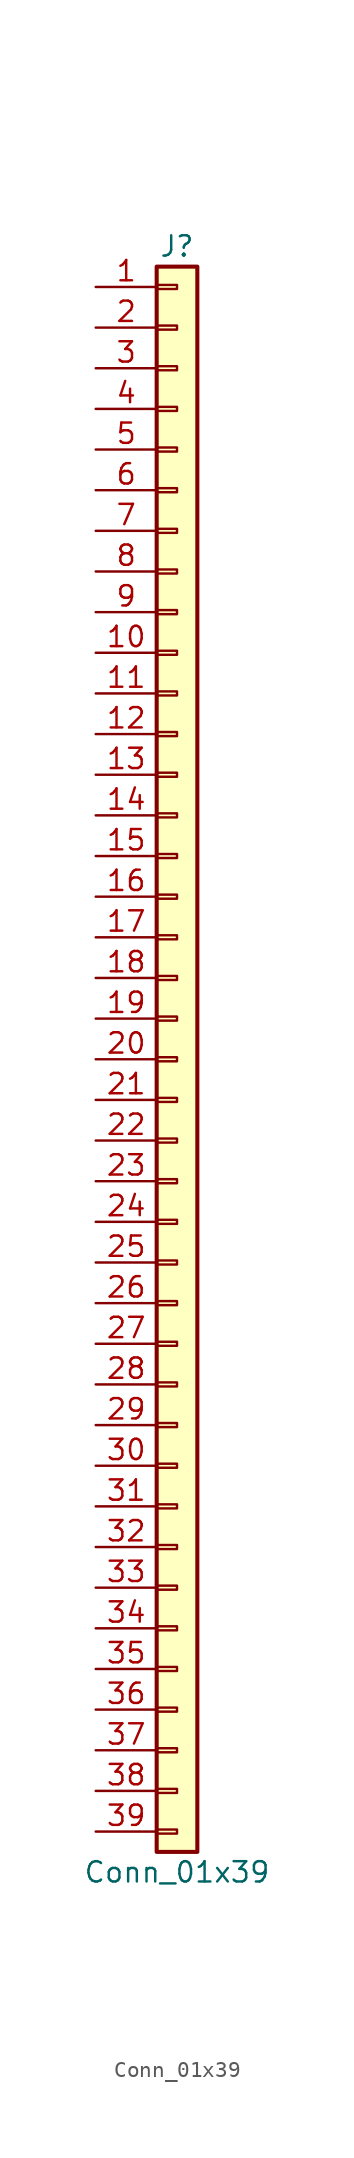
<source format=kicad_sym>
(kicad_symbol_lib
  (version 20211014)
  (generator kicad_symbol_editor)
  (symbol "Conn_01x39"
    (pin_names
      (offset 1.016) hide)
    (property "Reference" "J"
      (at 0 50.8 0)
      (effects (font (size 1.27 1.27))))
    (property "Value" "Conn_01x39"
      (at 0 -50.8 0)
      (effects (font (size 1.27 1.27))))
    (symbol "Conn_01x39_1_1"
      (rectangle (start -1.27 -48.133) (end 0 -48.387) (stroke (width 0.152) (type default) (color 0 0 0 0)) (fill (type none)))
      (rectangle (start -1.27 -45.593) (end 0 -45.847) (stroke (width 0.152) (type default) (color 0 0 0 0)) (fill (type none)))
      (rectangle (start -1.27 -43.053) (end 0 -43.307) (stroke (width 0.152) (type default) (color 0 0 0 0)) (fill (type none)))
      (rectangle (start -1.27 -40.513) (end 0 -40.767) (stroke (width 0.152) (type default) (color 0 0 0 0)) (fill (type none)))
      (rectangle (start -1.27 -37.973) (end 0 -38.227) (stroke (width 0.152) (type default) (color 0 0 0 0)) (fill (type none)))
      (rectangle (start -1.27 -35.433) (end 0 -35.687) (stroke (width 0.152) (type default) (color 0 0 0 0)) (fill (type none)))
      (rectangle (start -1.27 -32.893) (end 0 -33.147) (stroke (width 0.152) (type default) (color 0 0 0 0)) (fill (type none)))
      (rectangle (start -1.27 -30.353) (end 0 -30.607) (stroke (width 0.152) (type default) (color 0 0 0 0)) (fill (type none)))
      (rectangle (start -1.27 -27.813) (end 0 -28.067) (stroke (width 0.152) (type default) (color 0 0 0 0)) (fill (type none)))
      (rectangle (start -1.27 -25.273) (end 0 -25.527) (stroke (width 0.152) (type default) (color 0 0 0 0)) (fill (type none)))
      (rectangle (start -1.27 -22.733) (end 0 -22.987) (stroke (width 0.152) (type default) (color 0 0 0 0)) (fill (type none)))
      (rectangle (start -1.27 -20.193) (end 0 -20.447) (stroke (width 0.152) (type default) (color 0 0 0 0)) (fill (type none)))
      (rectangle (start -1.27 -17.653) (end 0 -17.907) (stroke (width 0.152) (type default) (color 0 0 0 0)) (fill (type none)))
      (rectangle (start -1.27 -15.113) (end 0 -15.367) (stroke (width 0.152) (type default) (color 0 0 0 0)) (fill (type none)))
      (rectangle (start -1.27 -12.573) (end 0 -12.827) (stroke (width 0.152) (type default) (color 0 0 0 0)) (fill (type none)))
      (rectangle (start -1.27 -10.033) (end 0 -10.287) (stroke (width 0.152) (type default) (color 0 0 0 0)) (fill (type none)))
      (rectangle (start -1.27 -7.493) (end 0 -7.747) (stroke (width 0.152) (type default) (color 0 0 0 0)) (fill (type none)))
      (rectangle (start -1.27 -4.953) (end 0 -5.207) (stroke (width 0.152) (type default) (color 0 0 0 0)) (fill (type none)))
      (rectangle (start -1.27 -2.413) (end 0 -2.667) (stroke (width 0.152) (type default) (color 0 0 0 0)) (fill (type none)))
      (rectangle (start -1.27 0.127) (end 0 -0.127) (stroke (width 0.152) (type default) (color 0 0 0 0)) (fill (type none)))
      (rectangle (start -1.27 2.667) (end 0 2.413) (stroke (width 0.152) (type default) (color 0 0 0 0)) (fill (type none)))
      (rectangle (start -1.27 5.207) (end 0 4.953) (stroke (width 0.152) (type default) (color 0 0 0 0)) (fill (type none)))
      (rectangle (start -1.27 7.747) (end 0 7.493) (stroke (width 0.152) (type default) (color 0 0 0 0)) (fill (type none)))
      (rectangle (start -1.27 10.287) (end 0 10.033) (stroke (width 0.152) (type default) (color 0 0 0 0)) (fill (type none)))
      (rectangle (start -1.27 12.827) (end 0 12.573) (stroke (width 0.152) (type default) (color 0 0 0 0)) (fill (type none)))
      (rectangle (start -1.27 15.367) (end 0 15.113) (stroke (width 0.152) (type default) (color 0 0 0 0)) (fill (type none)))
      (rectangle (start -1.27 17.907) (end 0 17.653) (stroke (width 0.152) (type default) (color 0 0 0 0)) (fill (type none)))
      (rectangle (start -1.27 20.447) (end 0 20.193) (stroke (width 0.152) (type default) (color 0 0 0 0)) (fill (type none)))
      (rectangle (start -1.27 22.987) (end 0 22.733) (stroke (width 0.152) (type default) (color 0 0 0 0)) (fill (type none)))
      (rectangle (start -1.27 25.527) (end 0 25.273) (stroke (width 0.152) (type default) (color 0 0 0 0)) (fill (type none)))
      (rectangle (start -1.27 28.067) (end 0 27.813) (stroke (width 0.152) (type default) (color 0 0 0 0)) (fill (type none)))
      (rectangle (start -1.27 30.607) (end 0 30.353) (stroke (width 0.152) (type default) (color 0 0 0 0)) (fill (type none)))
      (rectangle (start -1.27 33.147) (end 0 32.893) (stroke (width 0.152) (type default) (color 0 0 0 0)) (fill (type none)))
      (rectangle (start -1.27 35.687) (end 0 35.433) (stroke (width 0.152) (type default) (color 0 0 0 0)) (fill (type none)))
      (rectangle (start -1.27 38.227) (end 0 37.973) (stroke (width 0.152) (type default) (color 0 0 0 0)) (fill (type none)))
      (rectangle (start -1.27 40.767) (end 0 40.513) (stroke (width 0.152) (type default) (color 0 0 0 0)) (fill (type none)))
      (rectangle (start -1.27 43.307) (end 0 43.053) (stroke (width 0.152) (type default) (color 0 0 0 0)) (fill (type none)))
      (rectangle (start -1.27 45.847) (end 0 45.593) (stroke (width 0.152) (type default) (color 0 0 0 0)) (fill (type none)))
      (rectangle (start -1.27 48.387) (end 0 48.133) (stroke (width 0.152) (type default) (color 0 0 0 0)) (fill (type none)))
      (rectangle (start -1.27 49.53) (end 1.27 -49.53) (stroke (width 0.254) (type default) (color 0 0 0 0)) (fill (type background)))
      (pin passive line (at -5.08 48.26 0) (length 3.81) (name "Pin_1" (effects (font (size 1.27 1.27)))) (number "1" (effects (font (size 1.27 1.27)))))
      (pin passive line (at -5.08 25.4 0) (length 3.81) (name "Pin_10" (effects (font (size 1.27 1.27)))) (number "10" (effects (font (size 1.27 1.27)))))
      (pin passive line (at -5.08 22.86 0) (length 3.81) (name "Pin_11" (effects (font (size 1.27 1.27)))) (number "11" (effects (font (size 1.27 1.27)))))
      (pin passive line (at -5.08 20.32 0) (length 3.81) (name "Pin_12" (effects (font (size 1.27 1.27)))) (number "12" (effects (font (size 1.27 1.27)))))
      (pin passive line (at -5.08 17.78 0) (length 3.81) (name "Pin_13" (effects (font (size 1.27 1.27)))) (number "13" (effects (font (size 1.27 1.27)))))
      (pin passive line (at -5.08 15.24 0) (length 3.81) (name "Pin_14" (effects (font (size 1.27 1.27)))) (number "14" (effects (font (size 1.27 1.27)))))
      (pin passive line (at -5.08 12.7 0) (length 3.81) (name "Pin_15" (effects (font (size 1.27 1.27)))) (number "15" (effects (font (size 1.27 1.27)))))
      (pin passive line (at -5.08 10.16 0) (length 3.81) (name "Pin_16" (effects (font (size 1.27 1.27)))) (number "16" (effects (font (size 1.27 1.27)))))
      (pin passive line (at -5.08 7.62 0) (length 3.81) (name "Pin_17" (effects (font (size 1.27 1.27)))) (number "17" (effects (font (size 1.27 1.27)))))
      (pin passive line (at -5.08 5.08 0) (length 3.81) (name "Pin_18" (effects (font (size 1.27 1.27)))) (number "18" (effects (font (size 1.27 1.27)))))
      (pin passive line (at -5.08 2.54 0) (length 3.81) (name "Pin_19" (effects (font (size 1.27 1.27)))) (number "19" (effects (font (size 1.27 1.27)))))
      (pin passive line (at -5.08 45.72 0) (length 3.81) (name "Pin_2" (effects (font (size 1.27 1.27)))) (number "2" (effects (font (size 1.27 1.27)))))
      (pin passive line (at -5.08 0 0) (length 3.81) (name "Pin_20" (effects (font (size 1.27 1.27)))) (number "20" (effects (font (size 1.27 1.27)))))
      (pin passive line (at -5.08 -2.54 0) (length 3.81) (name "Pin_21" (effects (font (size 1.27 1.27)))) (number "21" (effects (font (size 1.27 1.27)))))
      (pin passive line (at -5.08 -5.08 0) (length 3.81) (name "Pin_22" (effects (font (size 1.27 1.27)))) (number "22" (effects (font (size 1.27 1.27)))))
      (pin passive line (at -5.08 -7.62 0) (length 3.81) (name "Pin_23" (effects (font (size 1.27 1.27)))) (number "23" (effects (font (size 1.27 1.27)))))
      (pin passive line (at -5.08 -10.16 0) (length 3.81) (name "Pin_24" (effects (font (size 1.27 1.27)))) (number "24" (effects (font (size 1.27 1.27)))))
      (pin passive line (at -5.08 -12.7 0) (length 3.81) (name "Pin_25" (effects (font (size 1.27 1.27)))) (number "25" (effects (font (size 1.27 1.27)))))
      (pin passive line (at -5.08 -15.24 0) (length 3.81) (name "Pin_26" (effects (font (size 1.27 1.27)))) (number "26" (effects (font (size 1.27 1.27)))))
      (pin passive line (at -5.08 -17.78 0) (length 3.81) (name "Pin_27" (effects (font (size 1.27 1.27)))) (number "27" (effects (font (size 1.27 1.27)))))
      (pin passive line (at -5.08 -20.32 0) (length 3.81) (name "Pin_28" (effects (font (size 1.27 1.27)))) (number "28" (effects (font (size 1.27 1.27)))))
      (pin passive line (at -5.08 -22.86 0) (length 3.81) (name "Pin_29" (effects (font (size 1.27 1.27)))) (number "29" (effects (font (size 1.27 1.27)))))
      (pin passive line (at -5.08 43.18 0) (length 3.81) (name "Pin_3" (effects (font (size 1.27 1.27)))) (number "3" (effects (font (size 1.27 1.27)))))
      (pin passive line (at -5.08 -25.4 0) (length 3.81) (name "Pin_30" (effects (font (size 1.27 1.27)))) (number "30" (effects (font (size 1.27 1.27)))))
      (pin passive line (at -5.08 -27.94 0) (length 3.81) (name "Pin_31" (effects (font (size 1.27 1.27)))) (number "31" (effects (font (size 1.27 1.27)))))
      (pin passive line (at -5.08 -30.48 0) (length 3.81) (name "Pin_32" (effects (font (size 1.27 1.27)))) (number "32" (effects (font (size 1.27 1.27)))))
      (pin passive line (at -5.08 -33.02 0) (length 3.81) (name "Pin_33" (effects (font (size 1.27 1.27)))) (number "33" (effects (font (size 1.27 1.27)))))
      (pin passive line (at -5.08 -35.56 0) (length 3.81) (name "Pin_34" (effects (font (size 1.27 1.27)))) (number "34" (effects (font (size 1.27 1.27)))))
      (pin passive line (at -5.08 -38.1 0) (length 3.81) (name "Pin_35" (effects (font (size 1.27 1.27)))) (number "35" (effects (font (size 1.27 1.27)))))
      (pin passive line (at -5.08 -40.64 0) (length 3.81) (name "Pin_36" (effects (font (size 1.27 1.27)))) (number "36" (effects (font (size 1.27 1.27)))))
      (pin passive line (at -5.08 -43.18 0) (length 3.81) (name "Pin_37" (effects (font (size 1.27 1.27)))) (number "37" (effects (font (size 1.27 1.27)))))
      (pin passive line (at -5.08 -45.72 0) (length 3.81) (name "Pin_38" (effects (font (size 1.27 1.27)))) (number "38" (effects (font (size 1.27 1.27)))))
      (pin passive line (at -5.08 -48.26 0) (length 3.81) (name "Pin_39" (effects (font (size 1.27 1.27)))) (number "39" (effects (font (size 1.27 1.27)))))
      (pin passive line (at -5.08 40.64 0) (length 3.81) (name "Pin_4" (effects (font (size 1.27 1.27)))) (number "4" (effects (font (size 1.27 1.27)))))
      (pin passive line (at -5.08 38.1 0) (length 3.81) (name "Pin_5" (effects (font (size 1.27 1.27)))) (number "5" (effects (font (size 1.27 1.27)))))
      (pin passive line (at -5.08 35.56 0) (length 3.81) (name "Pin_6" (effects (font (size 1.27 1.27)))) (number "6" (effects (font (size 1.27 1.27)))))
      (pin passive line (at -5.08 33.02 0) (length 3.81) (name "Pin_7" (effects (font (size 1.27 1.27)))) (number "7" (effects (font (size 1.27 1.27)))))
      (pin passive line (at -5.08 30.48 0) (length 3.81) (name "Pin_8" (effects (font (size 1.27 1.27)))) (number "8" (effects (font (size 1.27 1.27)))))
      (pin passive line (at -5.08 27.94 0) (length 3.81) (name "Pin_9" (effects (font (size 1.27 1.27)))) (number "9" (effects (font (size 1.27 1.27))))))))
</source>
